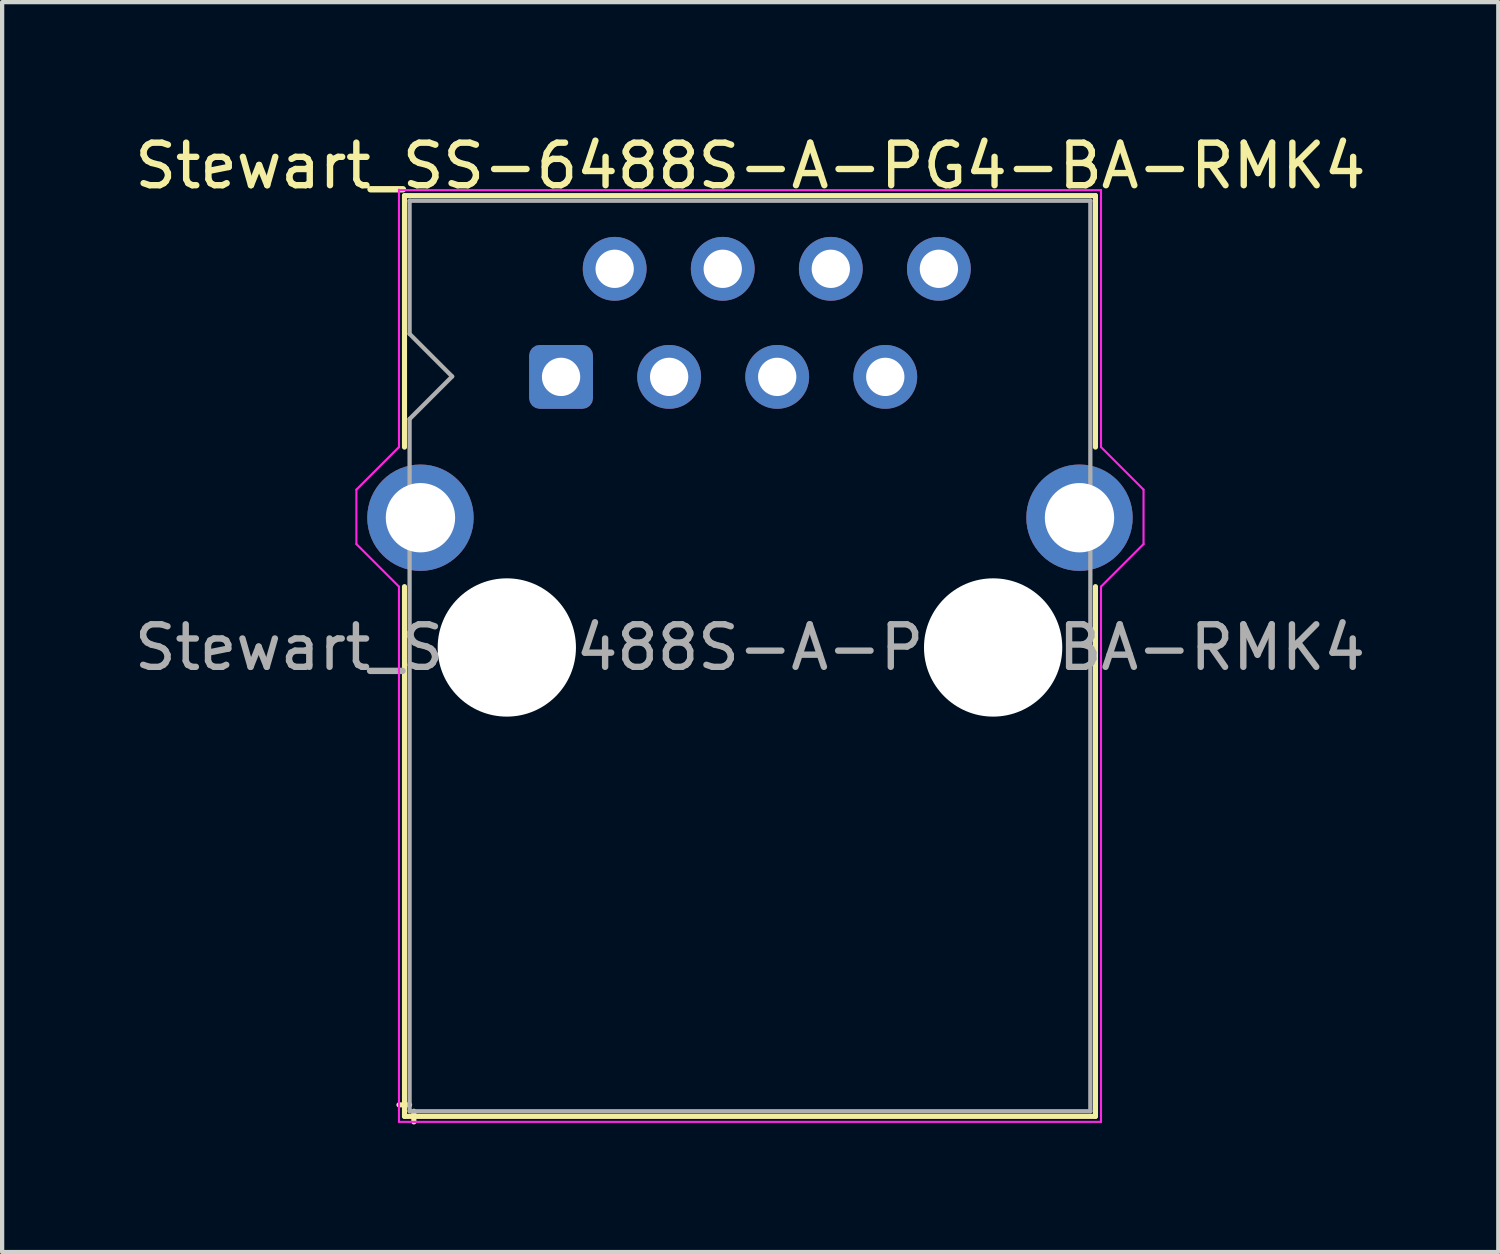
<source format=kicad_pcb>
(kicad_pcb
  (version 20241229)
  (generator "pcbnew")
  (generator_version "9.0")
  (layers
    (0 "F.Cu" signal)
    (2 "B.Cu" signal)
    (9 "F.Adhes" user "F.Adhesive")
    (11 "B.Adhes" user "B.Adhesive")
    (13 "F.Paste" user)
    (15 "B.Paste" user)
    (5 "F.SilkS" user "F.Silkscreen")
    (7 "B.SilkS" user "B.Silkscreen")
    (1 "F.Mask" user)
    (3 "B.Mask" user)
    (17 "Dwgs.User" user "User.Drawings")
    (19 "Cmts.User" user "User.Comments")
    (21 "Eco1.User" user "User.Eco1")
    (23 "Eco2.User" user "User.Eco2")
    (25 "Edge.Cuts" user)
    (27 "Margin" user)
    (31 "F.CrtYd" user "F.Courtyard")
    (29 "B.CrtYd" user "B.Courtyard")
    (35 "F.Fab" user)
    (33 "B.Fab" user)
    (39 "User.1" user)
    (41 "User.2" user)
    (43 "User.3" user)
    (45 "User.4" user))
  (footprint "Stewart_SS-6488S-A-PG4-BA-RMK4"
    (layer "F.Cu")
    (at 10.137 5.808)
    (property "Reference" "Stewart_SS-6488S-A-PG4-BA-RMK4" (at 4.45 -4.96 0) (layer "F.SilkS") (effects (font (size 1 1) (thickness 0.15))))
    (attr through_hole)
    (fp_line (start -3.68 -4.26) (end -3.68 1.65) (stroke (width 0.12) (type solid)) (layer "F.SilkS"))
    (fp_line (start -3.68 -4.26) (end 12.56 -4.26) (stroke (width 0.12) (type solid)) (layer "F.SilkS"))
    (fp_line (start -3.68 4.93) (end -3.68 17.38) (stroke (width 0.12) (type solid)) (layer "F.SilkS"))
    (fp_line (start -3.56 17.11) (end -3.81 17.11) (stroke (width 0.12) (type solid)) (layer "F.SilkS"))
    (fp_line (start -3.46 17.26) (end -3.46 17.51) (stroke (width 0.12) (type solid)) (layer "F.SilkS"))
    (fp_line (start 12.56 -4.26) (end 12.56 1.65) (stroke (width 0.12) (type solid)) (layer "F.SilkS"))
    (fp_line (start 12.56 4.93) (end 12.56 17.38) (stroke (width 0.12) (type solid)) (layer "F.SilkS"))
    (fp_line (start 12.56 17.38) (end -3.68 17.38) (stroke (width 0.12) (type solid)) (layer "F.SilkS"))
    (fp_line (start -4.81 3.93) (end -4.81 2.65) (stroke (width 0.05) (type solid)) (layer "F.CrtYd"))
    (fp_line (start -4.81 3.93) (end -3.81 4.93) (stroke (width 0.05) (type solid)) (layer "F.CrtYd"))
    (fp_line (start -3.81 -4.39) (end 12.69 -4.39) (stroke (width 0.05) (type solid)) (layer "F.CrtYd"))
    (fp_line (start -3.81 1.65) (end -4.81 2.65) (stroke (width 0.05) (type solid)) (layer "F.CrtYd"))
    (fp_line (start -3.81 1.65) (end -3.81 -4.4) (stroke (width 0.05) (type solid)) (layer "F.CrtYd"))
    (fp_line (start -3.81 4.93) (end -3.81 17.51) (stroke (width 0.05) (type solid)) (layer "F.CrtYd"))
    (fp_line (start -3.81 17.51) (end 12.69 17.51) (stroke (width 0.05) (type solid)) (layer "F.CrtYd"))
    (fp_line (start 12.69 1.65) (end 12.69 -4.39) (stroke (width 0.05) (type solid)) (layer "F.CrtYd"))
    (fp_line (start 12.69 1.65) (end 13.69 2.65) (stroke (width 0.05) (type solid)) (layer "F.CrtYd"))
    (fp_line (start 12.69 4.93) (end 12.69 17.51) (stroke (width 0.05) (type solid)) (layer "F.CrtYd"))
    (fp_line (start 13.69 3.93) (end 12.69 4.93) (stroke (width 0.05) (type solid)) (layer "F.CrtYd"))
    (fp_line (start 13.69 3.93) (end 13.69 2.65) (stroke (width 0.05) (type solid)) (layer "F.CrtYd"))
    (fp_line (start -3.56 -4.14) (end -3.56 -1.01) (stroke (width 0.1) (type solid)) (layer "F.Fab"))
    (fp_line (start -3.56 -4.14) (end 12.44 -4.14) (stroke (width 0.1) (type solid)) (layer "F.Fab"))
    (fp_line (start -3.56 0.99) (end -3.56 17.26) (stroke (width 0.1) (type solid)) (layer "F.Fab"))
    (fp_line (start -3.56 17.26) (end 12.44 17.26) (stroke (width 0.1) (type solid)) (layer "F.Fab"))
    (fp_line (start -2.56 -0.01) (end -3.56 -1.01) (stroke (width 0.1) (type solid)) (layer "F.Fab"))
    (fp_line (start -2.56 -0.01) (end -3.56 0.99) (stroke (width 0.1) (type solid)) (layer "F.Fab"))
    (fp_line (start 12.44 -4.14) (end 12.44 17.26) (stroke (width 0.1) (type solid)) (layer "F.Fab"))
    (fp_text user "${REFERENCE}" (at 4.44 6.36 0) (layer "F.Fab") (effects (font (size 1 1) (thickness 0.15))))
    (pad "" np_thru_hole circle (at -1.275 6.36) (size 3.25 3.25) (drill 3.25) (layers "*.Cu" "*.Mask"))
    (pad "" np_thru_hole circle (at 10.155 6.36) (size 3.25 3.25) (drill 3.25) (layers "*.Cu" "*.Mask"))
    (pad "1" thru_hole roundrect (at 0 0) (size 1.5 1.5) (drill 0.9) (layers "*.Cu" "*.Mask") (roundrect_rratio 0.167))
    (pad "2" thru_hole circle (at 1.26 -2.54) (size 1.5 1.5) (drill 0.9) (layers "*.Cu" "*.Mask"))
    (pad "3" thru_hole circle (at 2.54 0) (size 1.5 1.5) (drill 0.9) (layers "*.Cu" "*.Mask"))
    (pad "4" thru_hole circle (at 3.8 -2.54) (size 1.5 1.5) (drill 0.9) (layers "*.Cu" "*.Mask"))
    (pad "5" thru_hole circle (at 5.08 0) (size 1.5 1.5) (drill 0.9) (layers "*.Cu" "*.Mask"))
    (pad "6" thru_hole circle (at 6.34 -2.54 90) (size 1.5 1.5) (drill 0.9) (layers "*.Cu" "*.Mask"))
    (pad "7" thru_hole circle (at 7.62 0) (size 1.5 1.5) (drill 0.9) (layers "*.Cu" "*.Mask"))
    (pad "8" thru_hole circle (at 8.88 -2.54) (size 1.5 1.5) (drill 0.9) (layers "*.Cu" "*.Mask"))
    (pad "S1" thru_hole circle (at -3.305 3.31) (size 2.5 2.5) (drill 1.63) (layers "*.Cu" "*.Mask"))
    (pad "S2" thru_hole circle (at 12.185 3.31) (size 2.5 2.5) (drill 1.63) (layers "*.Cu" "*.Mask")))
  (gr_rect
    (start -3 -3)
    (end 32.165 26.378)
    (stroke (width 0.1) (type default))
    (fill no)
    (layer "Edge.Cuts")))
</source>
